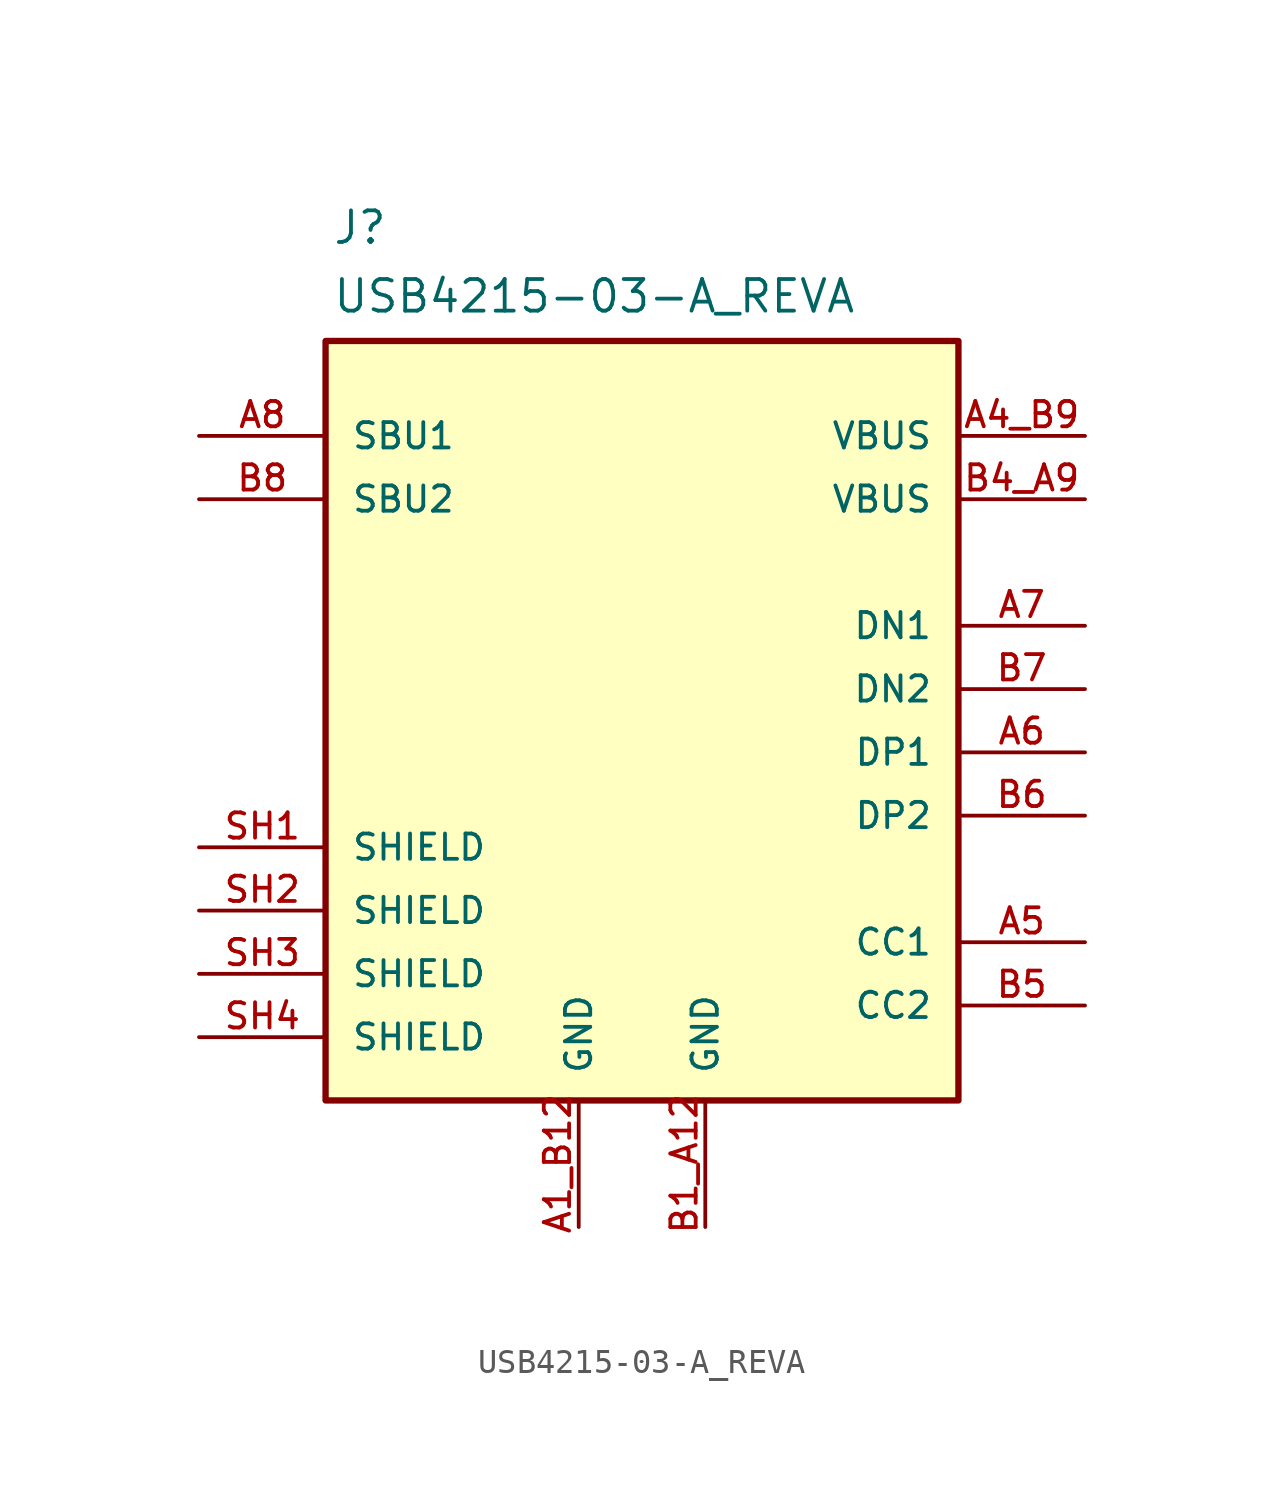
<source format=kicad_sym>
(kicad_symbol_lib
  (version 20231120)
  (generator "kicad_symbol_editor")
  (generator_version "8.0")
  (symbol "USB4215-03-A_REVA"
    (pin_names
      (offset 1.016))
    (property "Reference" "J"
      (at -12.446 19.05 0)
      (effects (font (size 1.27 1.27)) (justify left bottom)))
    (property "Value" "USB4215-03-A_REVA"
      (at -12.446 17.78 0)
      (effects (font (size 1.27 1.27)) (justify left top)))
    (symbol "USB4215-03-A_REVA_0_0"
      (rectangle (start -12.7 15.24) (end 12.7 -15.24) (stroke (width 0.254) (type default)) (fill (type background)))
      (pin bidirectional line (at 17.78 -8.89 180) (length 5.08) (name "CC1" (effects (font (size 1.016 1.016)))) (number "A5" (effects (font (size 1.016 1.016)))))
      (pin bidirectional line (at 17.78 -1.27 180) (length 5.08) (name "DP1" (effects (font (size 1.016 1.016)))) (number "A6" (effects (font (size 1.016 1.016)))))
      (pin bidirectional line (at 17.78 3.81 180) (length 5.08) (name "DN1" (effects (font (size 1.016 1.016)))) (number "A7" (effects (font (size 1.016 1.016)))))
      (pin bidirectional line (at -17.78 11.43 0) (length 5.08) (name "SBU1" (effects (font (size 1.016 1.016)))) (number "A8" (effects (font (size 1.016 1.016)))))
      (pin bidirectional line (at 17.78 -11.43 180) (length 5.08) (name "CC2" (effects (font (size 1.016 1.016)))) (number "B5" (effects (font (size 1.016 1.016)))))
      (pin bidirectional line (at 17.78 -3.81 180) (length 5.08) (name "DP2" (effects (font (size 1.016 1.016)))) (number "B6" (effects (font (size 1.016 1.016)))))
      (pin bidirectional line (at 17.78 1.27 180) (length 5.08) (name "DN2" (effects (font (size 1.016 1.016)))) (number "B7" (effects (font (size 1.016 1.016)))))
      (pin bidirectional line (at -17.78 8.89 0) (length 5.08) (name "SBU2" (effects (font (size 1.016 1.016)))) (number "B8" (effects (font (size 1.016 1.016)))))
      (pin passive line (at -17.78 -5.08 0) (length 5.08) (name "SHIELD" (effects (font (size 1.016 1.016)))) (number "SH1" (effects (font (size 1.016 1.016)))))
      (pin passive line (at -17.78 -7.62 0) (length 5.08) (name "SHIELD" (effects (font (size 1.016 1.016)))) (number "SH2" (effects (font (size 1.016 1.016)))))
      (pin passive line (at -17.78 -10.16 0) (length 5.08) (name "SHIELD" (effects (font (size 1.016 1.016)))) (number "SH3" (effects (font (size 1.016 1.016)))))
      (pin passive line (at -17.78 -12.7 0) (length 5.08) (name "SHIELD" (effects (font (size 1.016 1.016)))) (number "SH4" (effects (font (size 1.016 1.016))))))
    (symbol "USB4215-03-A_REVA_1_0"
      (pin power_in line (at -2.54 -20.32 90) (length 5.08) (name "GND" (effects (font (size 1.016 1.016)))) (number "A1_B12" (effects (font (size 1.016 1.016)))))
      (pin power_in line (at 17.78 11.43 180) (length 5.08) (name "VBUS" (effects (font (size 1.016 1.016)))) (number "A4_B9" (effects (font (size 1.016 1.016)))))
      (pin power_in line (at 2.54 -20.32 90) (length 5.08) (name "GND" (effects (font (size 1.016 1.016)))) (number "B1_A12" (effects (font (size 1.016 1.016)))))
      (pin power_in line (at 17.78 8.89 180) (length 5.08) (name "VBUS" (effects (font (size 1.016 1.016)))) (number "B4_A9" (effects (font (size 1.016 1.016))))))))
</source>
